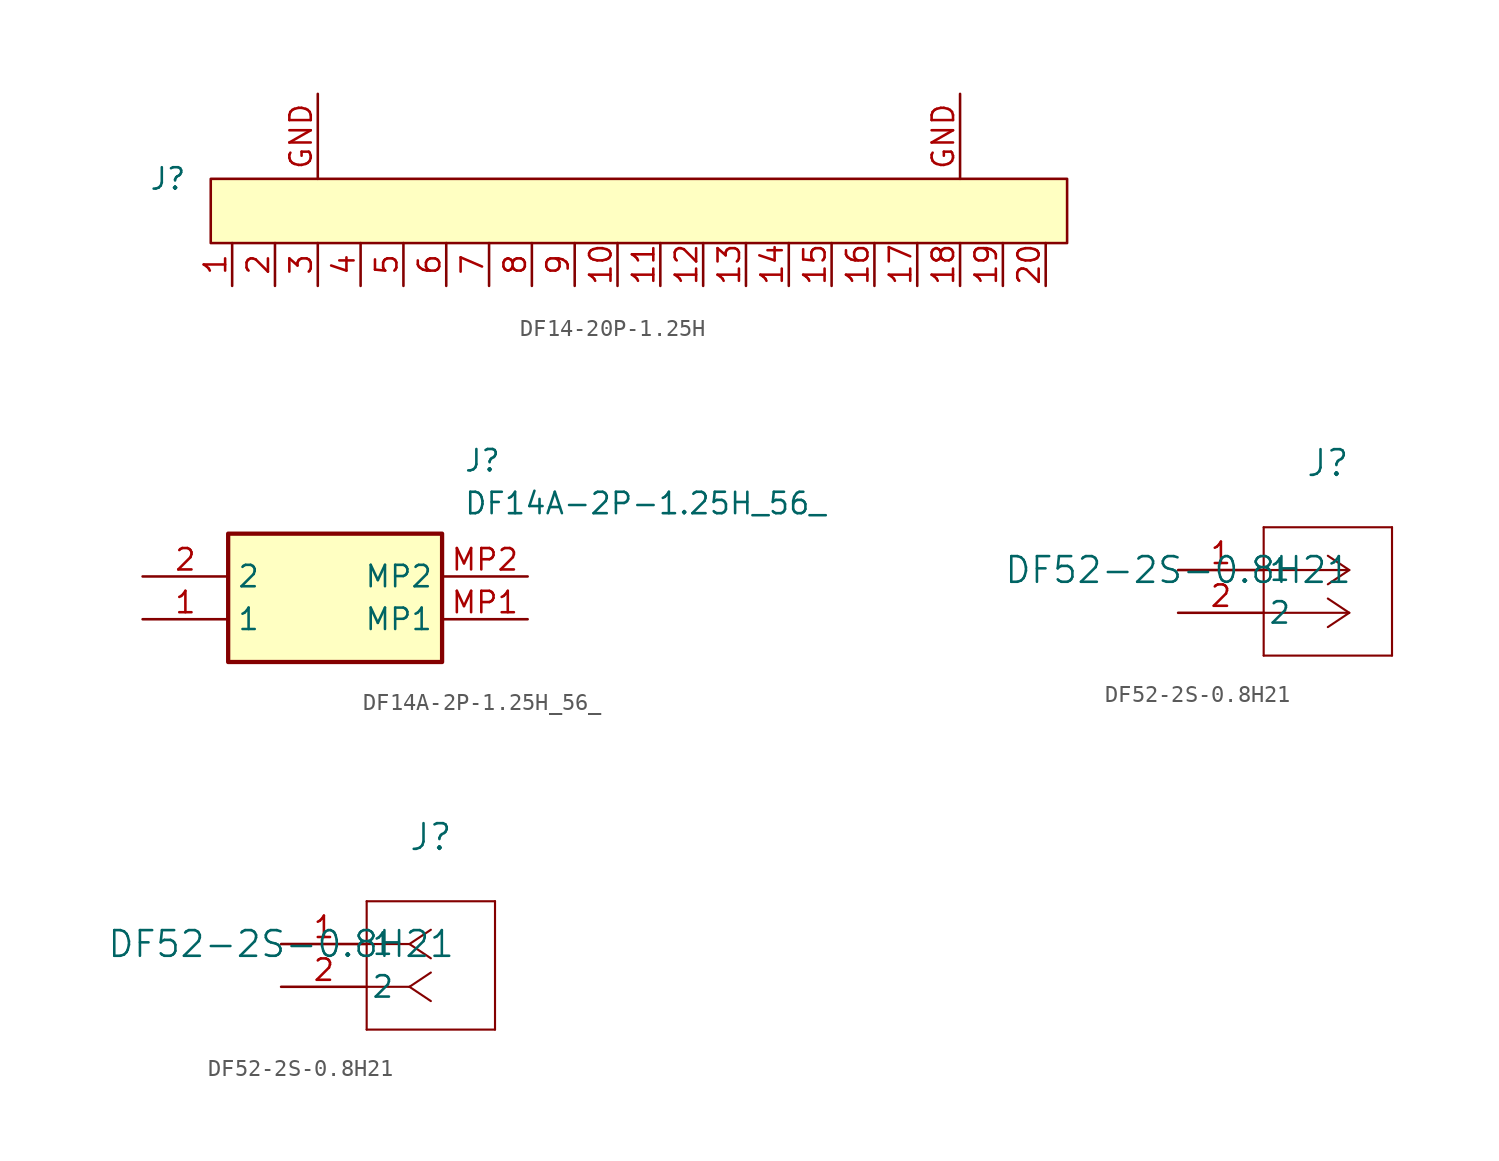
<source format=kicad_sym>
(kicad_symbol_lib
  (version 20220914)
  (generator kicad_symbol_editor)
  (symbol "DF14-20P-1.25H"
    (property "Reference" "J"
      (at -2.54 3.81 0)
      (effects (font (size 1.27 1.27))))
    (property "Value" ""
      (at 0 0 0)
      (effects (font (size 1.27 1.27))))
    (symbol "DF14-20P-1.25H_0_1"
      (rectangle (start 0 3.81) (end 50.8 0) (stroke (width 0) (type default)) (fill (type background))))
    (symbol "DF14-20P-1.25H_1_0"
      (pin input line (at 24.13 -2.54 90) (length 2.54) (name "" (effects (font (size 1.27 1.27)))) (number "10" (effects (font (size 1.27 1.27)))))
      (pin input line (at 26.67 -2.54 90) (length 2.54) (name "" (effects (font (size 1.27 1.27)))) (number "11" (effects (font (size 1.27 1.27)))))
      (pin input line (at 29.21 -2.54 90) (length 2.54) (name "" (effects (font (size 1.27 1.27)))) (number "12" (effects (font (size 1.27 1.27)))))
      (pin input line (at 31.75 -2.54 90) (length 2.54) (name "" (effects (font (size 1.27 1.27)))) (number "13" (effects (font (size 1.27 1.27)))))
      (pin input line (at 34.29 -2.54 90) (length 2.54) (name "" (effects (font (size 1.27 1.27)))) (number "14" (effects (font (size 1.27 1.27)))))
      (pin input line (at 36.83 -2.54 90) (length 2.54) (name "" (effects (font (size 1.27 1.27)))) (number "15" (effects (font (size 1.27 1.27)))))
      (pin input line (at 39.37 -2.54 90) (length 2.54) (name "" (effects (font (size 1.27 1.27)))) (number "16" (effects (font (size 1.27 1.27)))))
      (pin input line (at 41.91 -2.54 90) (length 2.54) (name "" (effects (font (size 1.27 1.27)))) (number "17" (effects (font (size 1.27 1.27)))))
      (pin input line (at 44.45 -2.54 90) (length 2.54) (name "" (effects (font (size 1.27 1.27)))) (number "18" (effects (font (size 1.27 1.27)))))
      (pin input line (at 46.99 -2.54 90) (length 2.54) (name "" (effects (font (size 1.27 1.27)))) (number "19" (effects (font (size 1.27 1.27)))))
      (pin input line (at 49.53 -2.54 90) (length 2.54) (name "" (effects (font (size 1.27 1.27)))) (number "20" (effects (font (size 1.27 1.27)))))
      (pin input line (at 13.97 -2.54 90) (length 2.54) (name "" (effects (font (size 1.27 1.27)))) (number "6" (effects (font (size 1.27 1.27)))))
      (pin input line (at 16.51 -2.54 90) (length 2.54) (name "" (effects (font (size 1.27 1.27)))) (number "7" (effects (font (size 1.27 1.27)))))
      (pin input line (at 19.05 -2.54 90) (length 2.54) (name "" (effects (font (size 1.27 1.27)))) (number "8" (effects (font (size 1.27 1.27)))))
      (pin input line (at 21.59 -2.54 90) (length 2.54) (name "" (effects (font (size 1.27 1.27)))) (number "9" (effects (font (size 1.27 1.27)))))
      (pin input line (at 6.35 8.85 270) (length 5.04) (name "" (effects (font (size 0.5 0.5)))) (number "GND" (effects (font (size 1.27 1.27)))))
      (pin input line (at 44.45 8.85 270) (length 5.04) (name "" (effects (font (size 1.27 1.27)))) (number "GND" (effects (font (size 1.27 1.27))))))
    (symbol "DF14-20P-1.25H_1_1"
      (pin input line (at 1.27 -2.54 90) (length 2.54) (name "" (effects (font (size 1.27 1.27)))) (number "1" (effects (font (size 1.27 1.27)))))
      (pin input line (at 3.81 -2.54 90) (length 2.54) (name "" (effects (font (size 1.27 1.27)))) (number "2" (effects (font (size 1.27 1.27)))))
      (pin input line (at 6.35 -2.54 90) (length 2.54) (name "" (effects (font (size 1.27 1.27)))) (number "3" (effects (font (size 1.27 1.27)))))
      (pin input line (at 8.89 -2.54 90) (length 2.54) (name "" (effects (font (size 1.27 1.27)))) (number "4" (effects (font (size 1.27 1.27)))))
      (pin input line (at 11.43 -2.54 90) (length 2.54) (name "" (effects (font (size 1.27 1.27)))) (number "5" (effects (font (size 1.27 1.27)))))))
  (symbol "DF14A-2P-1.25H_56_"
    (property "Reference" "J"
      (at 19.05 7.62 0)
      (effects (font (size 1.27 1.27)) (justify left top)))
    (property "Value" "DF14A-2P-1.25H_56_"
      (at 19.05 5.08 0)
      (effects (font (size 1.27 1.27)) (justify left top)))
    (symbol "DF14A-2P-1.25H_56__1_1"
      (rectangle (start 5.08 2.54) (end 17.78 -5.08) (stroke (width 0.254) (type default)) (fill (type background)))
      (pin passive line (at 0 -2.54 0) (length 5.08) (name "1" (effects (font (size 1.27 1.27)))) (number "1" (effects (font (size 1.27 1.27)))))
      (pin passive line (at 0 0 0) (length 5.08) (name "2" (effects (font (size 1.27 1.27)))) (number "2" (effects (font (size 1.27 1.27)))))
      (pin passive line (at 22.86 -2.54 180) (length 5.08) (name "MP1" (effects (font (size 1.27 1.27)))) (number "MP1" (effects (font (size 1.27 1.27)))))
      (pin passive line (at 22.86 0 180) (length 5.08) (name "MP2" (effects (font (size 1.27 1.27)))) (number "MP2" (effects (font (size 1.27 1.27)))))))
  (symbol "DF52-2S-0.8H21"
    (pin_names
      (offset 0.254))
    (property "Reference" "J"
      (at 8.89 6.35 0)
      (effects (font (size 1.524 1.524))))
    (property "Value" "DF52-2S-0.8H21"
      (at 0 0 0)
      (effects (font (size 1.524 1.524))))
    (property "ki_locked" ""
      (at 0 0 0)
      (effects (font (size 1.27 1.27))))
    (symbol "DF52-2S-0.8H21_1_1"
      (polyline (pts (xy 5.08 -5.08) (xy 12.7 -5.08)) (stroke (width 0.127) (type default)) (fill (type none)))
      (polyline (pts (xy 5.08 2.54) (xy 5.08 -5.08)) (stroke (width 0.127) (type default)) (fill (type none)))
      (polyline (pts (xy 10.16 -2.54) (xy 5.08 -2.54)) (stroke (width 0.127) (type default)) (fill (type none)))
      (polyline (pts (xy 10.16 -2.54) (xy 8.89 -3.387)) (stroke (width 0.127) (type default)) (fill (type none)))
      (polyline (pts (xy 10.16 -2.54) (xy 8.89 -1.693)) (stroke (width 0.127) (type default)) (fill (type none)))
      (polyline (pts (xy 10.16 0) (xy 5.08 0)) (stroke (width 0.127) (type default)) (fill (type none)))
      (polyline (pts (xy 10.16 0) (xy 8.89 -0.847)) (stroke (width 0.127) (type default)) (fill (type none)))
      (polyline (pts (xy 10.16 0) (xy 8.89 0.847)) (stroke (width 0.127) (type default)) (fill (type none)))
      (polyline (pts (xy 12.7 -5.08) (xy 12.7 2.54)) (stroke (width 0.127) (type default)) (fill (type none)))
      (polyline (pts (xy 12.7 2.54) (xy 5.08 2.54)) (stroke (width 0.127) (type default)) (fill (type none)))
      (pin unspecified line (at 0 0 0) (length 5.08) (name "1" (effects (font (size 1.27 1.27)))) (number "1" (effects (font (size 1.27 1.27)))))
      (pin unspecified line (at 0 -2.54 0) (length 5.08) (name "2" (effects (font (size 1.27 1.27)))) (number "2" (effects (font (size 1.27 1.27))))))
    (symbol "DF52-2S-0.8H21_1_2"
      (polyline (pts (xy 5.08 -5.08) (xy 12.7 -5.08)) (stroke (width 0.127) (type default)) (fill (type none)))
      (polyline (pts (xy 5.08 2.54) (xy 5.08 -5.08)) (stroke (width 0.127) (type default)) (fill (type none)))
      (polyline (pts (xy 7.62 -2.54) (xy 5.08 -2.54)) (stroke (width 0.127) (type default)) (fill (type none)))
      (polyline (pts (xy 7.62 -2.54) (xy 8.89 -3.387)) (stroke (width 0.127) (type default)) (fill (type none)))
      (polyline (pts (xy 7.62 -2.54) (xy 8.89 -1.693)) (stroke (width 0.127) (type default)) (fill (type none)))
      (polyline (pts (xy 7.62 0) (xy 5.08 0)) (stroke (width 0.127) (type default)) (fill (type none)))
      (polyline (pts (xy 7.62 0) (xy 8.89 -0.847)) (stroke (width 0.127) (type default)) (fill (type none)))
      (polyline (pts (xy 7.62 0) (xy 8.89 0.847)) (stroke (width 0.127) (type default)) (fill (type none)))
      (polyline (pts (xy 12.7 -5.08) (xy 12.7 2.54)) (stroke (width 0.127) (type default)) (fill (type none)))
      (polyline (pts (xy 12.7 2.54) (xy 5.08 2.54)) (stroke (width 0.127) (type default)) (fill (type none)))
      (pin unspecified line (at 0 0 0) (length 5.08) (name "1" (effects (font (size 1.27 1.27)))) (number "1" (effects (font (size 1.27 1.27)))))
      (pin unspecified line (at 0 -2.54 0) (length 5.08) (name "2" (effects (font (size 1.27 1.27)))) (number "2" (effects (font (size 1.27 1.27))))))))
</source>
